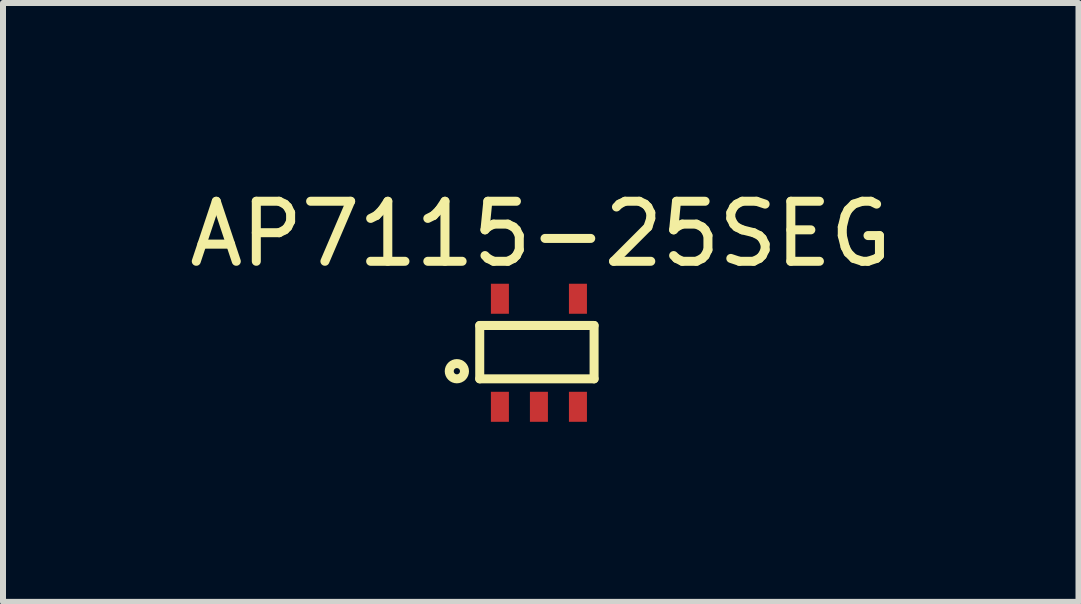
<source format=kicad_pcb>
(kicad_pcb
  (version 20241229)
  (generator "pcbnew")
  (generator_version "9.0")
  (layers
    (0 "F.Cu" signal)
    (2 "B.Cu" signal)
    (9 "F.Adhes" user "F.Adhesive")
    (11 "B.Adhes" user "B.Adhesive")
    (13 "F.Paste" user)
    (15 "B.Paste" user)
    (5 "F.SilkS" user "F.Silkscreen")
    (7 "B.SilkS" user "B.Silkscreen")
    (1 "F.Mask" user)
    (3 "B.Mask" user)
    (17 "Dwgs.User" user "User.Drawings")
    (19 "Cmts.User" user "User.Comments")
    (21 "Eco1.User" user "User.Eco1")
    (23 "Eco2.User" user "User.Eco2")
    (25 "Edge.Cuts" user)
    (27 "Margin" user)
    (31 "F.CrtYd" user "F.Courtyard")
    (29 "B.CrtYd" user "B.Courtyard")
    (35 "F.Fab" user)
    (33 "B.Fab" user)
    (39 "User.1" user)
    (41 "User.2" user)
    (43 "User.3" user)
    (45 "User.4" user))
  (footprint "AP7115-25SEG"
    (layer "F.Cu")
    (at 5.958 2.753)
    (property "Reference" "AP7115-25SEG" (at 0 -1.905 0) (layer "F.SilkS") (effects (font (size 1 1) (thickness 0.15))))
    (attr through_hole)
    (fp_line (start -1.016 -0.381) (end -1.016 0.508) (stroke (width 0.15) (type solid)) (layer "F.SilkS"))
    (fp_line (start -1.016 0.508) (end 0.889 0.508) (stroke (width 0.15) (type solid)) (layer "F.SilkS"))
    (fp_line (start 0.889 -0.381) (end -1.016 -0.381) (stroke (width 0.15) (type solid)) (layer "F.SilkS"))
    (fp_line (start 0.889 0.508) (end 0.889 -0.381) (stroke (width 0.15) (type solid)) (layer "F.SilkS"))
    (fp_circle (center -1.397 0.381) (end -1.397 0.508) (stroke (width 0.15) (type solid)) (fill no) (layer "F.SilkS"))
    (pad "1" smd rect (at -0.68 0.724) (size 0.3 0.5) (drill (offset 0 0.25)) (layers "F.Cu" "F.Mask" "F.Paste"))
    (pad "2" smd rect (at -0.03 0.724) (size 0.3 0.5) (drill (offset 0 0.25)) (layers "F.Cu" "F.Mask" "F.Paste"))
    (pad "3" smd rect (at 0.62 0.724) (size 0.3 0.5) (drill (offset 0 0.25)) (layers "F.Cu" "F.Mask" "F.Paste"))
    (pad "4" smd rect (at 0.62 -0.576) (size 0.3 0.5) (drill (offset 0 -0.25)) (layers "F.Cu" "F.Mask" "F.Paste"))
    (pad "5" smd rect (at -0.68 -0.576) (size 0.3 0.5) (drill (offset 0 -0.25)) (layers "F.Cu" "F.Mask" "F.Paste")))
  (gr_rect
    (start -3 -3)
    (end 14.917 6.977)
    (stroke (width 0.1) (type default))
    (fill no)
    (layer "Edge.Cuts")))
</source>
